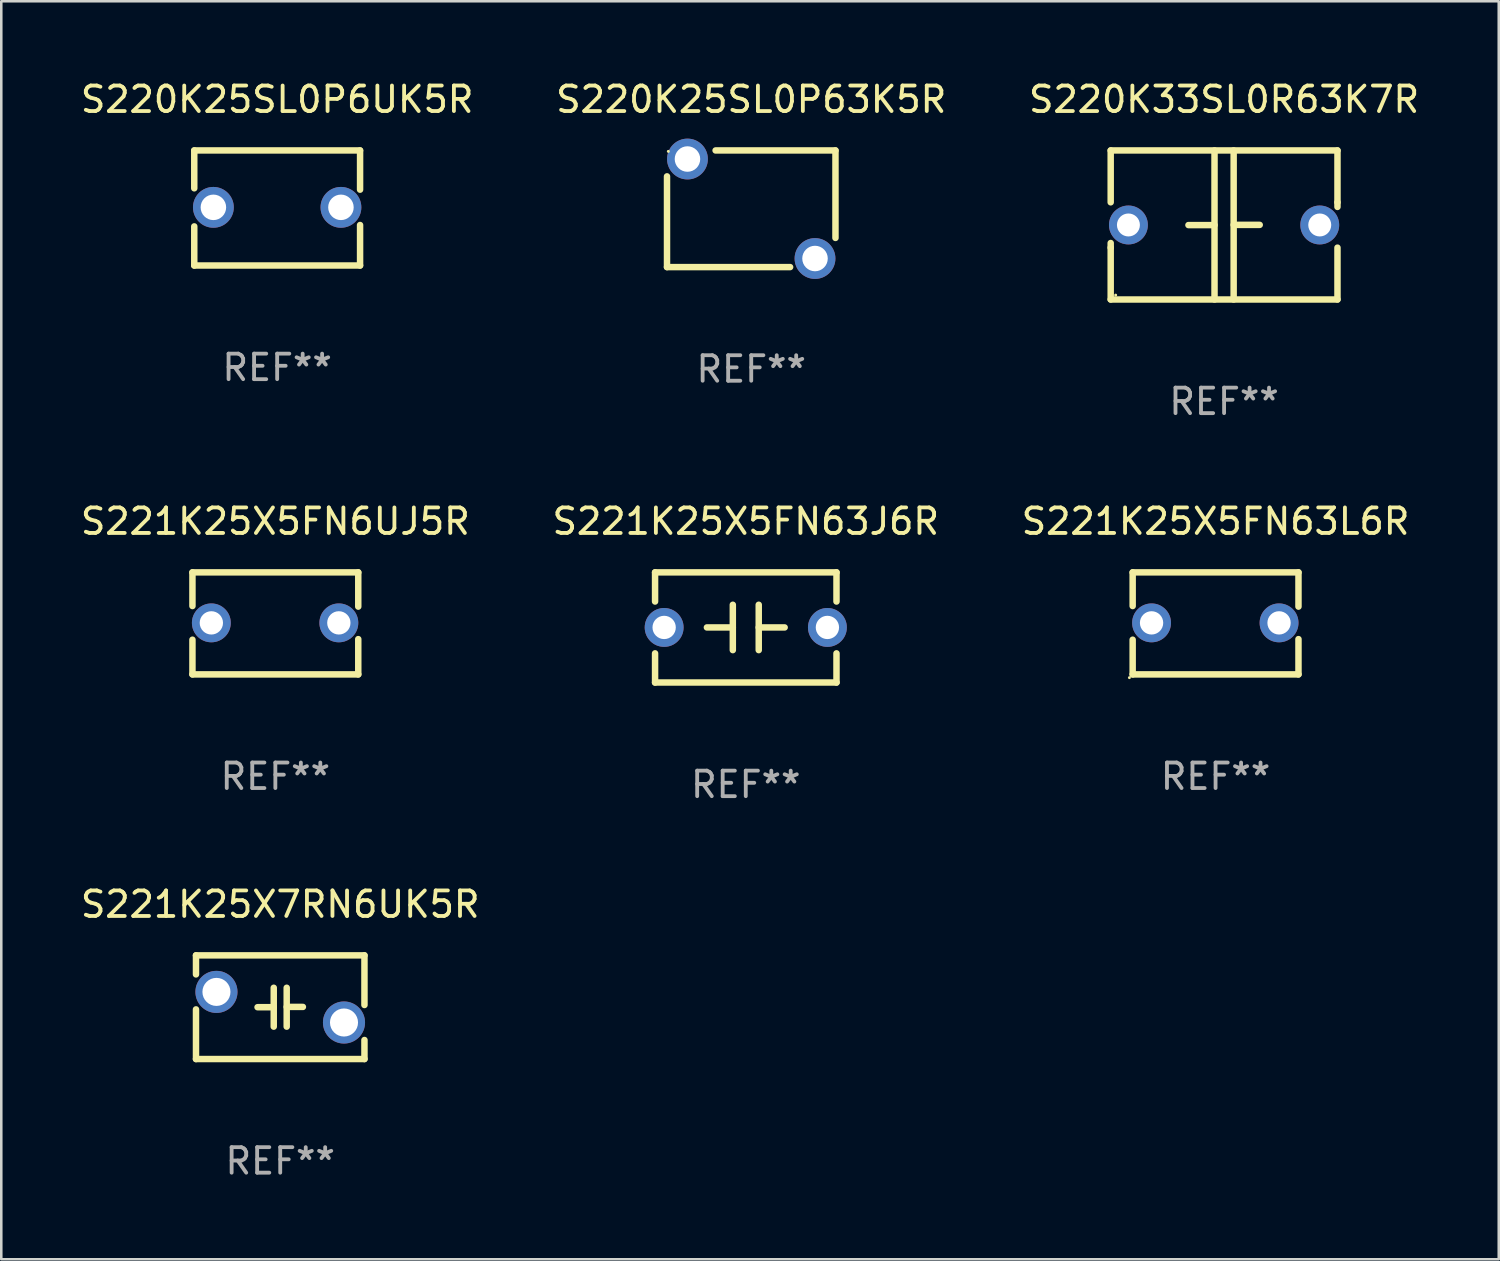
<source format=kicad_pcb>
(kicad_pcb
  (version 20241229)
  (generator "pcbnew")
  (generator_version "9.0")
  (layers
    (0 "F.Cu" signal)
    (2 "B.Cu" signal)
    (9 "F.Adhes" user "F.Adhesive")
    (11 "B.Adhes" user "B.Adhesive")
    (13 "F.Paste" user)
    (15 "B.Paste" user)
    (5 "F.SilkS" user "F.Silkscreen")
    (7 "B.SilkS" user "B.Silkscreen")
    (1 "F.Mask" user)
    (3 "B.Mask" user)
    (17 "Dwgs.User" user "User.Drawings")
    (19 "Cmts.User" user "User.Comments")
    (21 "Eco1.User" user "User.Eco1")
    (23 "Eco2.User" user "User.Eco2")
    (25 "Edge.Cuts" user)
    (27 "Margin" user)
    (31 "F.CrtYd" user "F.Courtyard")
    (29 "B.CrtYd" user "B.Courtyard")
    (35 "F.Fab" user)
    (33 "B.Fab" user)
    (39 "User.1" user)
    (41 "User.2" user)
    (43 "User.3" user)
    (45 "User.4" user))
  (footprint "S220K25SL0P63K5R"
    (layer "F.Cu")
    (at 26.399 5.134)
    (property "Reference" "S220K25SL0P63K5R" (at 0 -4.286 0) (layer "F.SilkS") (effects (font (size 1 1) (thickness 0.15))))
    (attr through_hole)
    (fp_line (start -3.302 2.286) (end -3.302 -1.27) (stroke (width 0.254) (type solid)) (layer "F.SilkS"))
    (fp_line (start -3.302 2.286) (end 1.524 2.286) (stroke (width 0.254) (type solid)) (layer "F.SilkS"))
    (fp_line (start -1.397 -2.286) (end 3.302 -2.286) (stroke (width 0.254) (type solid)) (layer "F.SilkS"))
    (fp_line (start 3.302 -2.286) (end 3.302 1.143) (stroke (width 0.254) (type solid)) (layer "F.SilkS"))
    (fp_circle (center -3.25 -2.25) (end -3.22 -2.25) (stroke (width 0.06) (type solid)) (fill no) (layer "F.SilkS"))
    (fp_text user "REF**" (at 0 6.286 0) (layer "F.Fab") (effects (font (size 1 1) (thickness 0.15))))
    (pad "1" thru_hole circle (at -2.5 -1.95) (size 1.6 1.6) (drill 1) (layers "*.Cu" "*.Mask"))
    (pad "2" thru_hole circle (at 2.5 1.95) (size 1.6 1.6) (drill 1) (layers "*.Cu" "*.Mask")))
  (footprint "S221K25X5FN6UJ5R"
    (layer "F.Cu")
    (at 7.744 21.387)
    (property "Reference" "S221K25X5FN6UJ5R" (at 0 -4 0) (layer "F.SilkS") (effects (font (size 1 1) (thickness 0.15))))
    (attr through_hole)
    (fp_line (start -3.25 -2) (end -3.25 -0.68) (stroke (width 0.254) (type solid)) (layer "F.SilkS"))
    (fp_line (start -3.25 -2) (end 3.25 -2) (stroke (width 0.254) (type solid)) (layer "F.SilkS"))
    (fp_line (start -3.25 0.64) (end -3.25 2) (stroke (width 0.254) (type solid)) (layer "F.SilkS"))
    (fp_line (start 3.25 -2) (end 3.25 -0.657) (stroke (width 0.254) (type solid)) (layer "F.SilkS"))
    (fp_line (start 3.25 0.617) (end 3.25 2) (stroke (width 0.254) (type solid)) (layer "F.SilkS"))
    (fp_line (start 3.25 2) (end -3.25 2) (stroke (width 0.254) (type solid)) (layer "F.SilkS"))
    (fp_circle (center -3.26 1.98) (end -3.23 1.98) (stroke (width 0.06) (type solid)) (fill no) (layer "F.SilkS"))
    (fp_text user "REF**" (at 0 6 0) (layer "F.Fab") (effects (font (size 1 1) (thickness 0.15))))
    (pad "1" thru_hole circle (at -2.509 -0.02) (size 1.524 1.524) (drill 0.914) (layers "*.Cu" "*.Mask"))
    (pad "2" thru_hole circle (at 2.489 -0.02) (size 1.524 1.524) (drill 0.914) (layers "*.Cu" "*.Mask")))
  (footprint "S220K25SL0P6UK5R"
    (layer "F.Cu")
    (at 7.815 5.103)
    (property "Reference" "S220K25SL0P6UK5R" (at 0 -4.255 0) (layer "F.SilkS") (effects (font (size 1 1) (thickness 0.15))))
    (attr through_hole)
    (fp_line (start -3.25 -2.255) (end -3.25 -0.772) (stroke (width 0.254) (type solid)) (layer "F.SilkS"))
    (fp_line (start -3.25 -2.255) (end 3.25 -2.255) (stroke (width 0.254) (type solid)) (layer "F.SilkS"))
    (fp_line (start -3.25 0.722) (end -3.25 2.255) (stroke (width 0.254) (type solid)) (layer "F.SilkS"))
    (fp_line (start 3.25 -2.255) (end 3.25 -0.718) (stroke (width 0.254) (type solid)) (layer "F.SilkS"))
    (fp_line (start 3.25 0.668) (end 3.25 2.255) (stroke (width 0.254) (type solid)) (layer "F.SilkS"))
    (fp_line (start 3.25 2.255) (end -3.25 2.255) (stroke (width 0.254) (type solid)) (layer "F.SilkS"))
    (fp_circle (center -3.25 2.225) (end -3.22 2.225) (stroke (width 0.06) (type solid)) (fill no) (layer "F.SilkS"))
    (fp_text user "REF**" (at 0 6.255 0) (layer "F.Fab") (effects (font (size 1 1) (thickness 0.15))))
    (pad "1" thru_hole circle (at -2.5 -0.025) (size 1.6 1.6) (drill 1) (layers "*.Cu" "*.Mask"))
    (pad "2" thru_hole circle (at 2.5 -0.025) (size 1.6 1.6) (drill 1) (layers "*.Cu" "*.Mask")))
  (footprint "S220K33SL0R63K7R"
    (layer "F.Cu")
    (at 44.935 5.769)
    (property "Reference" "S220K33SL0R63K7R" (at 0 -4.921 0) (layer "F.SilkS") (effects (font (size 1 1) (thickness 0.15))))
    (attr through_hole)
    (fp_line (start -4.445 -2.921) (end 4.445 -2.921) (stroke (width 0.254) (type solid)) (layer "F.SilkS"))
    (fp_line (start -4.445 -0.889) (end -4.445 -2.921) (stroke (width 0.254) (type solid)) (layer "F.SilkS"))
    (fp_line (start -4.445 0.889) (end -4.445 0.708) (stroke (width 0.254) (type solid)) (layer "F.SilkS"))
    (fp_line (start -4.445 2.921) (end -4.445 0.889) (stroke (width 0.254) (type solid)) (layer "F.SilkS"))
    (fp_line (start -0.375 0.004) (end -1.397 0.004) (stroke (width 0.254) (type solid)) (layer "F.SilkS"))
    (fp_line (start -0.375 2.921) (end -0.375 -2.921) (stroke (width 0.254) (type solid)) (layer "F.SilkS"))
    (fp_line (start 0.375 -2.921) (end 0.375 2.921) (stroke (width 0.254) (type solid)) (layer "F.SilkS"))
    (fp_line (start 0.375 -0.004) (end 1.397 -0.004) (stroke (width 0.254) (type solid)) (layer "F.SilkS"))
    (fp_line (start 4.445 -2.921) (end 4.445 -0.889) (stroke (width 0.254) (type solid)) (layer "F.SilkS"))
    (fp_line (start 4.445 -0.889) (end 4.445 -0.708) (stroke (width 0.254) (type solid)) (layer "F.SilkS"))
    (fp_line (start 4.445 0.889) (end 4.445 2.921) (stroke (width 0.254) (type solid)) (layer "F.SilkS"))
    (fp_line (start 4.445 2.921) (end -4.445 2.921) (stroke (width 0.254) (type solid)) (layer "F.SilkS"))
    (fp_circle (center -4.25 2.75) (end -4.22 2.75) (stroke (width 0.06) (type solid)) (fill no) (layer "F.SilkS"))
    (fp_text user "REF**" (at 0 6.921 0) (layer "F.Fab") (effects (font (size 1 1) (thickness 0.15))))
    (pad "1" thru_hole circle (at -3.75 0) (size 1.524 1.524) (drill 0.9) (layers "*.Cu" "*.Mask"))
    (pad "2" thru_hole circle (at 3.75 0) (size 1.524 1.524) (drill 0.9) (layers "*.Cu" "*.Mask")))
  (footprint "S221K25X5FN63L6R"
    (layer "F.Cu")
    (at 44.601 21.387)
    (property "Reference" "S221K25X5FN63L6R" (at 0 -4 0) (layer "F.SilkS") (effects (font (size 1 1) (thickness 0.15))))
    (attr through_hole)
    (fp_line (start -3.25 -2) (end -3.25 -0.68) (stroke (width 0.254) (type solid)) (layer "F.SilkS"))
    (fp_line (start -3.25 -2) (end 3.25 -2) (stroke (width 0.254) (type solid)) (layer "F.SilkS"))
    (fp_line (start -3.25 0.64) (end -3.25 2) (stroke (width 0.254) (type solid)) (layer "F.SilkS"))
    (fp_line (start 3.25 -2) (end 3.25 -0.657) (stroke (width 0.254) (type solid)) (layer "F.SilkS"))
    (fp_line (start 3.25 0.617) (end 3.25 2) (stroke (width 0.254) (type solid)) (layer "F.SilkS"))
    (fp_line (start 3.25 2) (end -3.25 2) (stroke (width 0.254) (type solid)) (layer "F.SilkS"))
    (fp_circle (center -3.377 2.127) (end -3.347 2.127) (stroke (width 0.06) (type solid)) (fill no) (layer "F.SilkS"))
    (fp_text user "REF**" (at 0 6 0) (layer "F.Fab") (effects (font (size 1 1) (thickness 0.15))))
    (pad "1" thru_hole circle (at -2.509 -0.02) (size 1.524 1.524) (drill 0.914) (layers "*.Cu" "*.Mask"))
    (pad "2" thru_hole circle (at 2.489 -0.02) (size 1.524 1.524) (drill 0.914) (layers "*.Cu" "*.Mask")))
  (footprint "S221K25X5FN63J6R"
    (layer "F.Cu")
    (at 26.185 21.546)
    (property "Reference" "S221K25X5FN63J6R" (at 0 -4.159 0) (layer "F.SilkS") (effects (font (size 1 1) (thickness 0.15))))
    (attr through_hole)
    (fp_line (start -3.556 -2.159) (end 3.556 -2.159) (stroke (width 0.254) (type solid)) (layer "F.SilkS"))
    (fp_line (start -3.556 -1.016) (end -3.556 -2.159) (stroke (width 0.254) (type solid)) (layer "F.SilkS"))
    (fp_line (start -3.556 2.159) (end -3.556 1.016) (stroke (width 0.254) (type solid)) (layer "F.SilkS"))
    (fp_line (start -0.508 -0.000025) (end -1.524 -0.000025) (stroke (width 0.254) (type solid)) (layer "F.SilkS"))
    (fp_line (start -0.508 0.889) (end -0.508 -0.889) (stroke (width 0.254) (type solid)) (layer "F.SilkS"))
    (fp_line (start 0.508 -0.889) (end 0.508 0.889) (stroke (width 0.254) (type solid)) (layer "F.SilkS"))
    (fp_line (start 0.508 0.000025) (end 1.524 0.000025) (stroke (width 0.254) (type solid)) (layer "F.SilkS"))
    (fp_line (start 3.556 -2.159) (end 3.556 -1.016) (stroke (width 0.254) (type solid)) (layer "F.SilkS"))
    (fp_line (start 3.556 1.016) (end 3.556 2.159) (stroke (width 0.254) (type solid)) (layer "F.SilkS"))
    (fp_line (start 3.556 2.159) (end -3.556 2.159) (stroke (width 0.254) (type solid)) (layer "F.SilkS"))
    (fp_circle (center -3.5 2) (end -3.47 2) (stroke (width 0.06) (type solid)) (fill no) (layer "F.SilkS"))
    (fp_text user "REF**" (at 0 6.159 0) (layer "F.Fab") (effects (font (size 1 1) (thickness 0.15))))
    (pad "1" thru_hole circle (at -3.2 0) (size 1.524 1.524) (drill 0.914) (layers "*.Cu" "*.Mask"))
    (pad "2" thru_hole circle (at 3.2 0) (size 1.524 1.524) (drill 0.914) (layers "*.Cu" "*.Mask")))
  (footprint "S221K25X7RN6UK5R"
    (layer "F.Cu")
    (at 7.935 36.433)
    (property "Reference" "S221K25X7RN6UK5R" (at 0 -4.032 0) (layer "F.SilkS") (effects (font (size 1 1) (thickness 0.15))))
    (attr through_hole)
    (fp_line (start -3.302 -2.032) (end 3.302 -2.032) (stroke (width 0.254) (type solid)) (layer "F.SilkS"))
    (fp_line (start -3.302 -1.286) (end -3.302 -2.032) (stroke (width 0.254) (type solid)) (layer "F.SilkS"))
    (fp_line (start -3.302 2.032) (end -3.302 0.086) (stroke (width 0.254) (type solid)) (layer "F.SilkS"))
    (fp_line (start -0.889 0) (end -0.254 0) (stroke (width 0.254) (type solid)) (layer "F.SilkS"))
    (fp_line (start -0.254 0.762) (end -0.254 -0.762) (stroke (width 0.254) (type solid)) (layer "F.SilkS"))
    (fp_line (start 0.254 -0.011) (end 0.889 -0.011) (stroke (width 0.254) (type solid)) (layer "F.SilkS"))
    (fp_line (start 0.254 0.762) (end 0.254 -0.762) (stroke (width 0.254) (type solid)) (layer "F.SilkS"))
    (fp_line (start 3.302 -2.032) (end 3.302 -0.086) (stroke (width 0.254) (type solid)) (layer "F.SilkS"))
    (fp_line (start 3.302 1.286) (end 3.302 2.032) (stroke (width 0.254) (type solid)) (layer "F.SilkS"))
    (fp_line (start 3.302 2.032) (end -3.302 2.032) (stroke (width 0.254) (type solid)) (layer "F.SilkS"))
    (fp_circle (center -3.25 -2) (end -3.22 -2) (stroke (width 0.06) (type solid)) (fill no) (layer "F.SilkS"))
    (fp_text user "REF**" (at 0 6.032 0) (layer "F.Fab") (effects (font (size 1 1) (thickness 0.15))))
    (pad "1" thru_hole circle (at -2.5 -0.6) (size 1.65 1.65) (drill 1.1) (layers "*.Cu" "*.Mask"))
    (pad "2" thru_hole circle (at 2.5 0.6) (size 1.65 1.65) (drill 1.1) (layers "*.Cu" "*.Mask")))
  (gr_rect
    (start -3 -3)
    (end 55.702 46.314)
    (stroke (width 0.1) (type default))
    (fill no)
    (layer "Edge.Cuts")))
</source>
